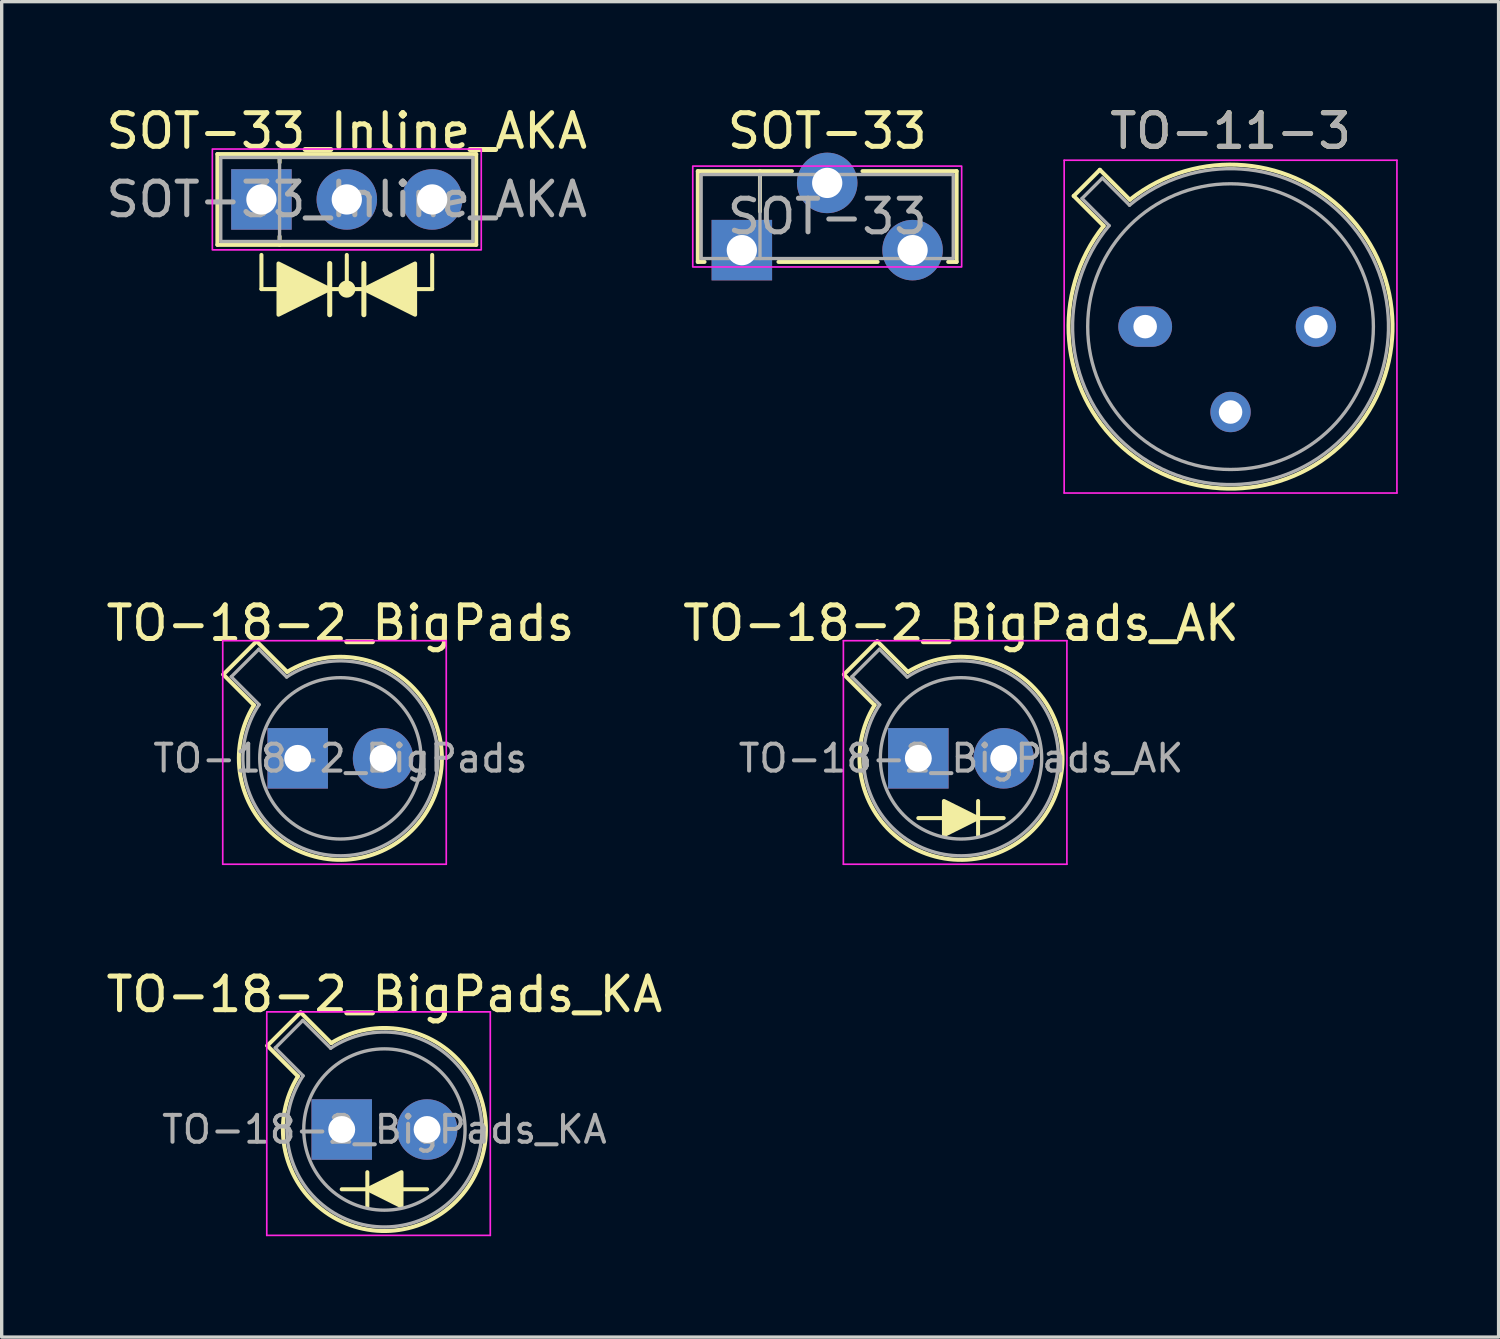
<source format=kicad_pcb>
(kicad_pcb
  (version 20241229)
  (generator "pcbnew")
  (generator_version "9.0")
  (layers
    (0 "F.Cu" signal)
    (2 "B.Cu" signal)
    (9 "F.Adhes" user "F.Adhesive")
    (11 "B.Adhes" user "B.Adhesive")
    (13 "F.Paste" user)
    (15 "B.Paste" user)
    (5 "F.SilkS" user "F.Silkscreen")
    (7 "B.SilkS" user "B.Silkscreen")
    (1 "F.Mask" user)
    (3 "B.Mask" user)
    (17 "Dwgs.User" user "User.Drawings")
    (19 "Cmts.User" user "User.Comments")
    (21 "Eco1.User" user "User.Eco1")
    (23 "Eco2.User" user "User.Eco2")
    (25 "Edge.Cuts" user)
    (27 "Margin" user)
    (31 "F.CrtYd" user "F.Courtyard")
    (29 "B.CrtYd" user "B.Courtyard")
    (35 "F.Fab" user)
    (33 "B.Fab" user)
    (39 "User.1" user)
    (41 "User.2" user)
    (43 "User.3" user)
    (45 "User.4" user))
  (footprint "TO-18-2_BigPads_AK"
    (layer "F.Cu")
    (at 24.272 19.512)
    (property "Reference" "TO-18-2_BigPads_AK" (at 1.27 -4.02 0) (layer "F.SilkS") (effects (font (size 1 1) (thickness 0.15))))
    (attr through_hole)
    (fp_line (start -2.214 -2.494) (end -1.302 -1.582) (stroke (width 0.12) (type solid)) (layer "F.SilkS"))
    (fp_line (start -1.224 -3.484) (end -2.214 -2.494) (stroke (width 0.12) (type solid)) (layer "F.SilkS"))
    (fp_line (start -0.312 -2.572) (end -1.224 -3.484) (stroke (width 0.12) (type solid)) (layer "F.SilkS"))
    (fp_line (start 0 1.778) (end 2.54 1.778) (stroke (width 0.12) (type default)) (layer "F.SilkS"))
    (fp_line (start 1.778 1.27) (end 1.778 2.286) (stroke (width 0.12) (type default)) (layer "F.SilkS"))
    (fp_arc (start -0.312331 -2.572281) (mid 3.405374 2.135551) (end -1.30215 -1.582544) (stroke (width 0.12) (type solid)) (layer "F.SilkS"))
    (fp_poly (pts (xy 0.762 1.27) (xy 1.778 1.778) (xy 0.762 2.286)) (stroke (width 0.12) (type solid)) (fill yes) (layer "F.SilkS"))
    (fp_line (start -2.23 -3.5) (end -2.23 3.15) (stroke (width 0.05) (type solid)) (layer "F.CrtYd"))
    (fp_line (start -2.23 3.15) (end 4.42 3.15) (stroke (width 0.05) (type solid)) (layer "F.CrtYd"))
    (fp_line (start 4.42 -3.5) (end -2.23 -3.5) (stroke (width 0.05) (type solid)) (layer "F.CrtYd"))
    (fp_line (start 4.42 3.15) (end 4.42 -3.5) (stroke (width 0.05) (type solid)) (layer "F.CrtYd"))
    (fp_line (start -1.977 -2.426) (end -1.149 -1.599) (stroke (width 0.1) (type solid)) (layer "F.Fab"))
    (fp_line (start -1.156 -3.247) (end -1.977 -2.426) (stroke (width 0.1) (type solid)) (layer "F.Fab"))
    (fp_line (start -0.329 -2.419) (end -1.156 -3.247) (stroke (width 0.1) (type solid)) (layer "F.Fab"))
    (fp_arc (start -0.329057 -2.419301) (mid 3.321075 2.050145) (end -1.150029 -1.597956) (stroke (width 0.1) (type solid)) (layer "F.Fab"))
    (fp_circle (center 1.27 0) (end 3.67 0) (stroke (width 0.1) (type solid)) (fill no) (layer "F.Fab"))
    (fp_text user "${REFERENCE}" (at 1.27 0 0) (layer "F.Fab") (effects (font (size 0.8 0.8) (thickness 0.12))))
    (pad "1" thru_hole rect (at 0 0) (size 1.8 1.8) (drill 0.8) (layers "*.Cu" "*.Mask"))
    (pad "2" thru_hole oval (at 2.54 0) (size 1.8 1.8) (drill 0.8) (layers "*.Cu" "*.Mask")))
  (footprint "TO-18-2_BigPads_KA"
    (layer "F.Cu")
    (at 7.117 30.555)
    (property "Reference" "TO-18-2_BigPads_KA" (at 1.27 -4.02 0) (layer "F.SilkS") (effects (font (size 1 1) (thickness 0.15))))
    (attr through_hole)
    (fp_line (start -2.214 -2.494) (end -1.302 -1.582) (stroke (width 0.12) (type solid)) (layer "F.SilkS"))
    (fp_line (start -1.224 -3.484) (end -2.214 -2.494) (stroke (width 0.12) (type solid)) (layer "F.SilkS"))
    (fp_line (start -0.312 -2.572) (end -1.224 -3.484) (stroke (width 0.12) (type solid)) (layer "F.SilkS"))
    (fp_line (start 0.762 2.286) (end 0.762 1.27) (stroke (width 0.12) (type default)) (layer "F.SilkS"))
    (fp_line (start 2.54 1.778) (end 0 1.778) (stroke (width 0.12) (type default)) (layer "F.SilkS"))
    (fp_arc (start -0.312331 -2.572281) (mid 3.405374 2.135551) (end -1.30215 -1.582544) (stroke (width 0.12) (type solid)) (layer "F.SilkS"))
    (fp_poly (pts (xy 1.778 2.286) (xy 0.762 1.778) (xy 1.778 1.27)) (stroke (width 0.12) (type solid)) (fill yes) (layer "F.SilkS"))
    (fp_line (start -2.23 -3.5) (end -2.23 3.15) (stroke (width 0.05) (type solid)) (layer "F.CrtYd"))
    (fp_line (start -2.23 3.15) (end 4.42 3.15) (stroke (width 0.05) (type solid)) (layer "F.CrtYd"))
    (fp_line (start 4.42 -3.5) (end -2.23 -3.5) (stroke (width 0.05) (type solid)) (layer "F.CrtYd"))
    (fp_line (start 4.42 3.15) (end 4.42 -3.5) (stroke (width 0.05) (type solid)) (layer "F.CrtYd"))
    (fp_line (start -1.977 -2.426) (end -1.149 -1.599) (stroke (width 0.1) (type solid)) (layer "F.Fab"))
    (fp_line (start -1.156 -3.247) (end -1.977 -2.426) (stroke (width 0.1) (type solid)) (layer "F.Fab"))
    (fp_line (start -0.329 -2.419) (end -1.156 -3.247) (stroke (width 0.1) (type solid)) (layer "F.Fab"))
    (fp_arc (start -0.329057 -2.419301) (mid 3.321075 2.050145) (end -1.150029 -1.597956) (stroke (width 0.1) (type solid)) (layer "F.Fab"))
    (fp_circle (center 1.27 0) (end 3.67 0) (stroke (width 0.1) (type solid)) (fill no) (layer "F.Fab"))
    (fp_text user "${REFERENCE}" (at 1.27 0 0) (layer "F.Fab") (effects (font (size 0.8 0.8) (thickness 0.12))))
    (pad "1" thru_hole rect (at 0 0) (size 1.8 1.8) (drill 0.8) (layers "*.Cu" "*.Mask"))
    (pad "2" thru_hole oval (at 2.54 0) (size 1.8 1.8) (drill 0.8) (layers "*.Cu" "*.Mask")))
  (footprint "TO-11-3"
    (layer "F.Cu")
    (at 31.021 6.668)
    (property "Reference" "TO-11-3" (at 2.54 -5.82 0) (layer "F.SilkS") (effects (font (size 1 1) (thickness 0.15))))
    (attr through_hole)
    (fp_line (start -2.126 -3.888) (end -1.235 -2.997) (stroke (width 0.12) (type solid)) (layer "F.SilkS"))
    (fp_line (start -1.348 -4.666) (end -2.126 -3.888) (stroke (width 0.12) (type solid)) (layer "F.SilkS"))
    (fp_line (start -0.457 -3.775) (end -1.348 -4.666) (stroke (width 0.12) (type solid)) (layer "F.SilkS"))
    (fp_arc (start -0.457084 -3.774902) (mid 5.948125 3.408384) (end -1.234674 -2.997371) (stroke (width 0.12) (type solid)) (layer "F.SilkS"))
    (fp_line (start -2.41 -4.95) (end -2.41 4.95) (stroke (width 0.05) (type solid)) (layer "F.CrtYd"))
    (fp_line (start -2.41 4.95) (end 7.49 4.95) (stroke (width 0.05) (type solid)) (layer "F.CrtYd"))
    (fp_line (start 7.49 -4.95) (end -2.41 -4.95) (stroke (width 0.05) (type solid)) (layer "F.CrtYd"))
    (fp_line (start 7.49 4.95) (end 7.49 -4.95) (stroke (width 0.05) (type solid)) (layer "F.CrtYd"))
    (fp_line (start -1.88 -3.812) (end -1.074 -3.005) (stroke (width 0.1) (type solid)) (layer "F.Fab"))
    (fp_line (start -1.272 -4.42) (end -1.88 -3.812) (stroke (width 0.1) (type solid)) (layer "F.Fab"))
    (fp_line (start -0.465 -3.614) (end -1.272 -4.42) (stroke (width 0.1) (type solid)) (layer "F.Fab"))
    (fp_arc (start -0.465408 -3.61352) (mid 5.863443 3.323361) (end -1.073594 -3.005319) (stroke (width 0.1) (type solid)) (layer "F.Fab"))
    (fp_circle (center 2.54 0) (end 6.79 0) (stroke (width 0.1) (type solid)) (fill no) (layer "F.Fab"))
    (fp_text user "${REFERENCE}" (at 2.54 -5.82 0) (layer "F.Fab") (effects (font (size 1 1) (thickness 0.15))))
    (pad "1" thru_hole oval (at 0 0) (size 1.6 1.2) (drill 0.7) (layers "*.Cu" "*.Mask"))
    (pad "2" thru_hole oval (at 2.54 2.54) (size 1.2 1.2) (drill 0.7) (layers "*.Cu" "*.Mask"))
    (pad "3" thru_hole oval (at 5.08 0) (size 1.2 1.2) (drill 0.7) (layers "*.Cu" "*.Mask")))
  (footprint "TO-18-2_BigPads"
    (layer "F.Cu")
    (at 5.807 19.512)
    (property "Reference" "TO-18-2_BigPads" (at 1.27 -4.02 0) (layer "F.SilkS") (effects (font (size 1 1) (thickness 0.15))))
    (attr through_hole)
    (fp_line (start -2.214 -2.494) (end -1.302 -1.582) (stroke (width 0.12) (type solid)) (layer "F.SilkS"))
    (fp_line (start -1.224 -3.484) (end -2.214 -2.494) (stroke (width 0.12) (type solid)) (layer "F.SilkS"))
    (fp_line (start -0.312 -2.572) (end -1.224 -3.484) (stroke (width 0.12) (type solid)) (layer "F.SilkS"))
    (fp_arc (start -0.312331 -2.572281) (mid 3.405374 2.135551) (end -1.30215 -1.582544) (stroke (width 0.12) (type solid)) (layer "F.SilkS"))
    (fp_line (start -2.23 -3.5) (end -2.23 3.15) (stroke (width 0.05) (type solid)) (layer "F.CrtYd"))
    (fp_line (start -2.23 3.15) (end 4.42 3.15) (stroke (width 0.05) (type solid)) (layer "F.CrtYd"))
    (fp_line (start 4.42 -3.5) (end -2.23 -3.5) (stroke (width 0.05) (type solid)) (layer "F.CrtYd"))
    (fp_line (start 4.42 3.15) (end 4.42 -3.5) (stroke (width 0.05) (type solid)) (layer "F.CrtYd"))
    (fp_line (start -1.977 -2.426) (end -1.149 -1.599) (stroke (width 0.1) (type solid)) (layer "F.Fab"))
    (fp_line (start -1.156 -3.247) (end -1.977 -2.426) (stroke (width 0.1) (type solid)) (layer "F.Fab"))
    (fp_line (start -0.329 -2.419) (end -1.156 -3.247) (stroke (width 0.1) (type solid)) (layer "F.Fab"))
    (fp_arc (start -0.329057 -2.419301) (mid 3.321075 2.050145) (end -1.150029 -1.597956) (stroke (width 0.1) (type solid)) (layer "F.Fab"))
    (fp_circle (center 1.27 0) (end 3.67 0) (stroke (width 0.1) (type solid)) (fill no) (layer "F.Fab"))
    (fp_text user "${REFERENCE}" (at 1.27 0 0) (layer "F.Fab") (effects (font (size 0.8 0.8) (thickness 0.12))))
    (pad "1" thru_hole rect (at 0 0) (size 1.8 1.8) (drill 0.8) (layers "*.Cu" "*.Mask"))
    (pad "2" thru_hole oval (at 2.54 0) (size 1.8 1.8) (drill 0.8) (layers "*.Cu" "*.Mask")))
  (footprint "SOT-33_Inline_AKA"
    (layer "F.Cu")
    (at 4.728 2.884)
    (property "Reference" "SOT-33_Inline_AKA" (at 2.54 -2.036 0) (layer "F.SilkS") (effects (font (size 1 1) (thickness 0.15))))
    (attr through_hole)
    (fp_line (start -1.31 -1.35) (end -1.31 1.35) (stroke (width 0.12) (type default)) (layer "F.SilkS"))
    (fp_line (start -1.31 1.35) (end 6.39 1.35) (stroke (width 0.12) (type default)) (layer "F.SilkS"))
    (fp_line (start 0 1.651) (end 0 2.667) (stroke (width 0.12) (type default)) (layer "F.SilkS"))
    (fp_line (start 0 2.667) (end 5.08 2.667) (stroke (width 0.12) (type default)) (layer "F.SilkS"))
    (fp_line (start 0.54 -1.35) (end 0.54 -1.1) (stroke (width 0.12) (type default)) (layer "F.SilkS"))
    (fp_line (start 0.54 1.35) (end 0.54 1.1) (stroke (width 0.12) (type default)) (layer "F.SilkS"))
    (fp_line (start 2.032 3.429) (end 2.032 1.905) (stroke (width 0.15) (type default)) (layer "F.SilkS"))
    (fp_line (start 2.54 1.651) (end 2.54 2.667) (stroke (width 0.12) (type default)) (layer "F.SilkS"))
    (fp_line (start 3.048 1.905) (end 3.048 3.429) (stroke (width 0.15) (type default)) (layer "F.SilkS"))
    (fp_line (start 5.08 2.667) (end 5.08 1.651) (stroke (width 0.12) (type default)) (layer "F.SilkS"))
    (fp_line (start 6.39 -1.35) (end -1.31 -1.35) (stroke (width 0.12) (type default)) (layer "F.SilkS"))
    (fp_line (start 6.39 1.35) (end 6.39 -1.35) (stroke (width 0.12) (type default)) (layer "F.SilkS"))
    (fp_circle (center 2.54 2.667) (end 2.72 2.667) (stroke (width 0.15) (type solid)) (fill yes) (layer "F.SilkS"))
    (fp_poly (pts (xy 2.032 2.667) (xy 0.508 3.429) (xy 0.508 1.905)) (stroke (width 0.12) (type solid)) (fill yes) (layer "F.SilkS"))
    (fp_poly (pts (xy 3.048 2.667) (xy 4.572 1.905) (xy 4.572 3.429)) (stroke (width 0.12) (type solid)) (fill yes) (layer "F.SilkS"))
    (fp_rect (start -1.46 -1.5) (end 6.54 1.5) (stroke (width 0.05) (type default)) (fill no) (layer "F.CrtYd"))
    (fp_line (start 0.54 -1.25) (end 0.54 1.25) (stroke (width 0.1) (type default)) (layer "F.Fab"))
    (fp_rect (start -1.21 -1.25) (end 6.29 1.25) (stroke (width 0.1) (type default)) (fill no) (layer "F.Fab"))
    (fp_text user "${REFERENCE}" (at 2.54 0 0) (layer "F.Fab") (effects (font (size 1 1) (thickness 0.15))))
    (pad "1" thru_hole rect (at 0 0 90) (size 1.8 1.8) (drill 0.9) (layers "*.Cu" "*.Mask"))
    (pad "2" thru_hole circle (at 2.54 0 90) (size 1.8 1.8) (drill 0.9) (layers "*.Cu" "*.Mask"))
    (pad "3" thru_hole circle (at 5.08 0 90) (size 1.8 1.8) (drill 0.9) (layers "*.Cu" "*.Mask")))
  (footprint "SOT-33"
    (layer "F.Cu")
    (at 19.021 4.392)
    (property "Reference" "SOT-33" (at 2.54 -3.544 0) (layer "F.SilkS") (effects (font (size 1 1) (thickness 0.15))))
    (attr through_hole)
    (fp_line (start -1.31 -2.35) (end -1.31 0.35) (stroke (width 0.12) (type default)) (layer "F.SilkS"))
    (fp_line (start -1.31 -2.35) (end 1.49 -2.35) (stroke (width 0.12) (type default)) (layer "F.SilkS"))
    (fp_line (start -1.31 0.35) (end -1.11 0.35) (stroke (width 0.12) (type default)) (layer "F.SilkS"))
    (fp_line (start 0.54 -2.35) (end 0.54 -1.15) (stroke (width 0.12) (type default)) (layer "F.SilkS"))
    (fp_line (start 1.09 0.35) (end 4.04 0.35) (stroke (width 0.12) (type default)) (layer "F.SilkS"))
    (fp_line (start 3.59 -2.35) (end 6.39 -2.35) (stroke (width 0.12) (type default)) (layer "F.SilkS"))
    (fp_line (start 6.39 0.35) (end 6.14 0.35) (stroke (width 0.12) (type default)) (layer "F.SilkS"))
    (fp_line (start 6.39 0.35) (end 6.39 -2.35) (stroke (width 0.12) (type default)) (layer "F.SilkS"))
    (fp_rect (start -1.46 -2.5) (end 6.54 0.5) (stroke (width 0.05) (type default)) (fill no) (layer "F.CrtYd"))
    (fp_line (start 0.54 -2.25) (end 0.54 0.25) (stroke (width 0.1) (type default)) (layer "F.Fab"))
    (fp_rect (start -1.21 -2.25) (end 6.29 0.25) (stroke (width 0.1) (type default)) (fill no) (layer "F.Fab"))
    (fp_text user "${REFERENCE}" (at 2.54 -1 0) (layer "F.Fab") (effects (font (size 1 1) (thickness 0.15))))
    (pad "1" thru_hole rect (at 0 0 90) (size 1.8 1.8) (drill 0.9) (layers "*.Cu" "*.Mask"))
    (pad "2" thru_hole circle (at 2.54 -2 90) (size 1.8 1.8) (drill 0.9) (layers "*.Cu" "*.Mask"))
    (pad "3" thru_hole circle (at 5.08 0 90) (size 1.8 1.8) (drill 0.9) (layers "*.Cu" "*.Mask")))
  (gr_rect
    (start -3 -3)
    (end 41.536 36.73)
    (stroke (width 0.1) (type default))
    (fill no)
    (layer "Edge.Cuts")))
</source>
